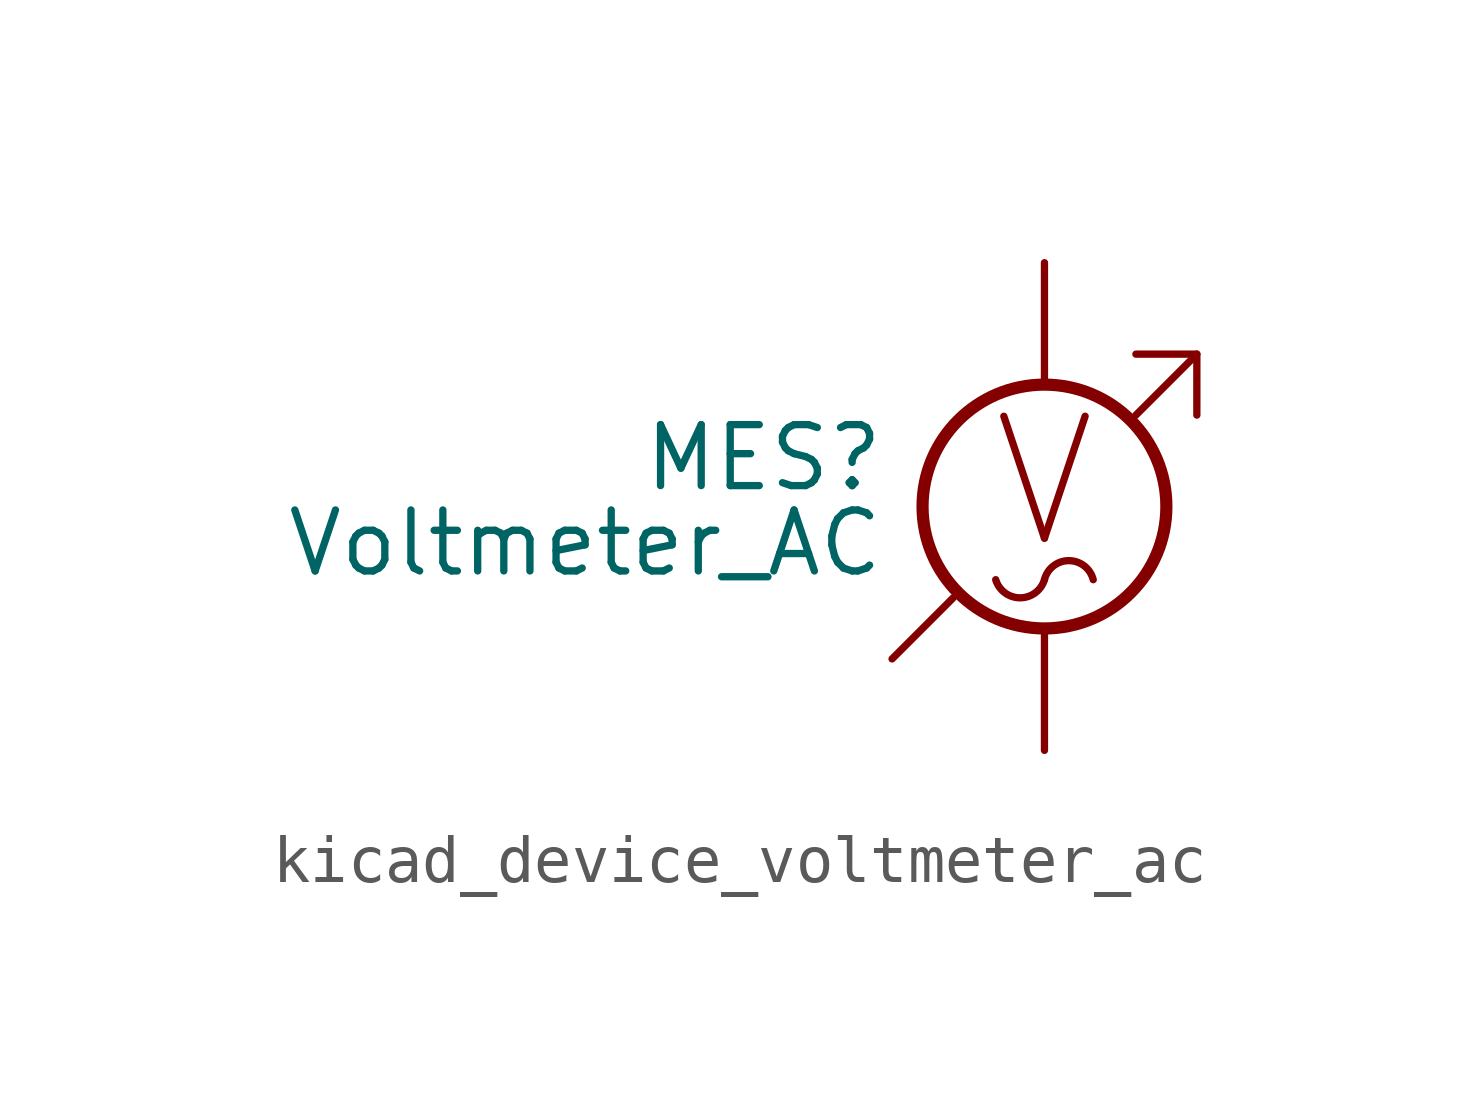
<source format=kicad_sym>
(kicad_symbol_lib
  (version 20220914)
  (generator kicad_symbol_editor)
  (symbol "kicad_device_voltmeter_ac"
    (pin_numbers hide)
    (pin_names
      (offset 0.025) hide)
    (property "Reference" "MES"
      (at -3.302 1.016 0)
      (effects (font (size 1.27 1.27)) (justify right)))
    (property "Value" "Voltmeter_AC"
      (at -3.302 -0.762 0)
      (effects (font (size 1.27 1.27)) (justify right)))
    (symbol "kicad_device_voltmeter_ac_0_0"
      (polyline (pts (xy -3.175 -3.175) (xy -1.905 -1.905)) (stroke (width 0) (type default)) (fill (type none)))
      (polyline (pts (xy 1.905 1.905) (xy 3.175 3.175)) (stroke (width 0) (type default)) (fill (type none)))
      (polyline (pts (xy 1.905 3.175) (xy 3.175 3.175) (xy 3.175 1.905)) (stroke (width 0) (type default)) (fill (type none)))
      (text "V" (at 0 0.508 0) (effects (font (size 2.54 2.54)))))
    (symbol "kicad_device_voltmeter_ac_0_1"
      (arc (start -1.016 -1.524) (mid -0.508 -1.902) (end 0 -1.524) (stroke (width 0) (type default)) (fill (type none)))
      (circle (center 0 0) (radius 2.54) (stroke (width 0.254) (type default)) (fill (type none)))
      (arc (start 1.016 -1.524) (mid 0.508 -1.1274) (end 0 -1.524) (stroke (width 0) (type default)) (fill (type none))))
    (symbol "kicad_device_voltmeter_ac_1_1"
      (pin passive line (at 0 -5.08 90) (length 2.54) (name "~" (effects (font (size 1.27 1.27)))) (number "1" (effects (font (size 1.27 1.27)))))
      (pin passive line (at 0 5.08 270) (length 2.54) (name "~" (effects (font (size 1.27 1.27)))) (number "2" (effects (font (size 1.27 1.27))))))))
</source>
